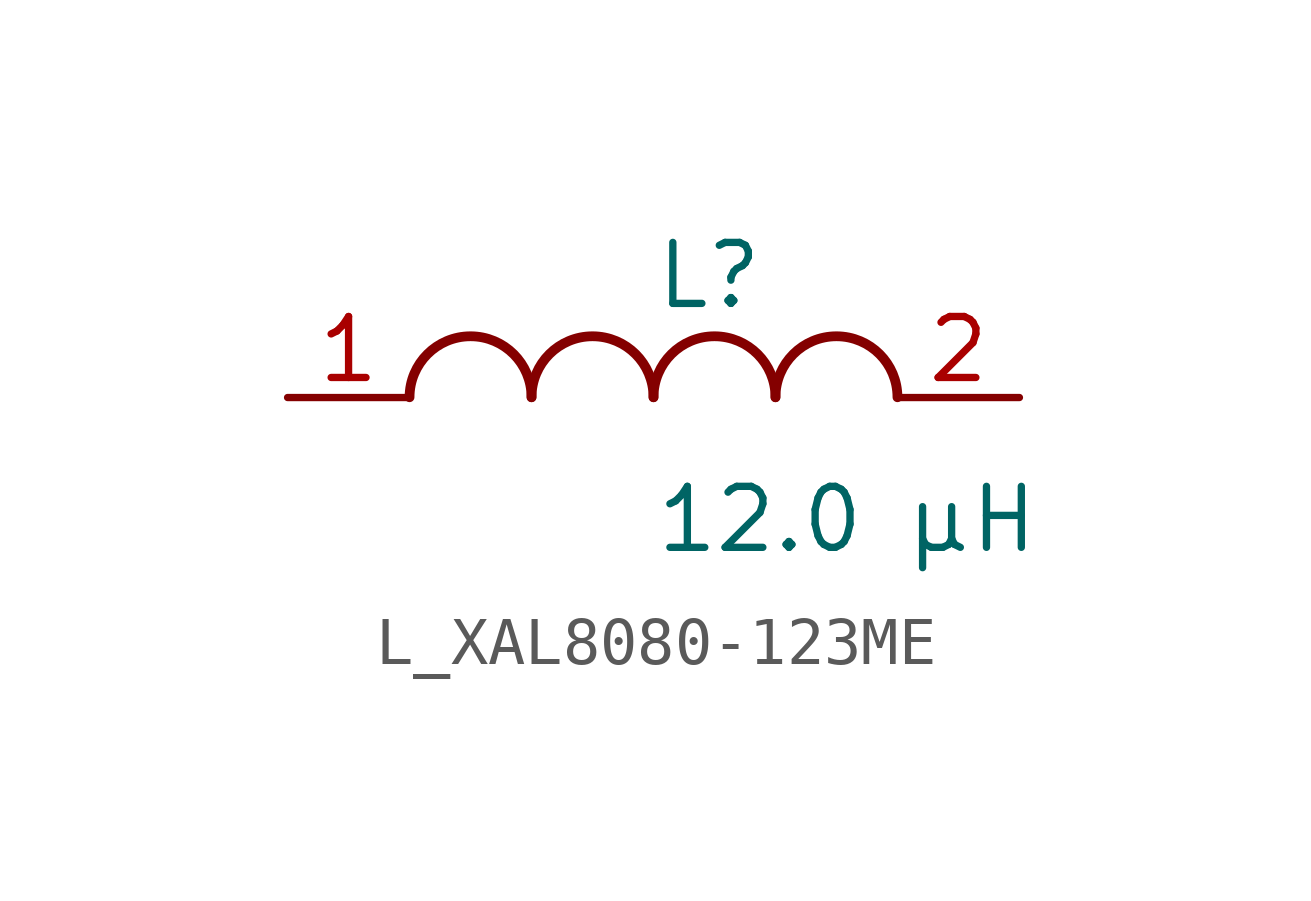
<source format=kicad_sym>
(kicad_symbol_lib
  (version 20231120)
  (generator kicad_symbol_editor)
  (generator_version 8.0)
  (symbol "L_XAL8080-123ME"
    (pin_names
      (offset 0.254))
    (property "Reference" "L"
      (at 0 2.54 0)
      (effects (font (size 1.27 1.27)) (justify left)))
    (property "Value" "12.0 µH"
      (at 0 -2.54 0)
      (effects (font (size 1.27 1.27)) (justify left)))
    (symbol "L_XAL8080-123ME_1_1"
      (arc (start -2.54 0.0056) (mid -3.81 1.27) (end -5.08 0.0056) (stroke (width 0.2032) (type default)) (fill (type none)))
      (arc (start 0 0.0056) (mid -1.27 1.27) (end -2.54 0.0056) (stroke (width 0.2032) (type default)) (fill (type none)))
      (arc (start 2.54 0.0056) (mid 1.27 1.27) (end 0 0.0056) (stroke (width 0.2032) (type default)) (fill (type none)))
      (arc (start 5.08 0.0056) (mid 3.81 1.27) (end 2.54 0.0056) (stroke (width 0.2032) (type default)) (fill (type none)))
      (pin unspecified line (at -7.62 0 0) (length 2.54) (name "" (effects (font (size 1.27 1.27)))) (number "1" (effects (font (size 1.27 1.27)))))
      (pin unspecified line (at 7.62 0 180) (length 2.54) (name "" (effects (font (size 1.27 1.27)))) (number "2" (effects (font (size 1.27 1.27))))))))
</source>
